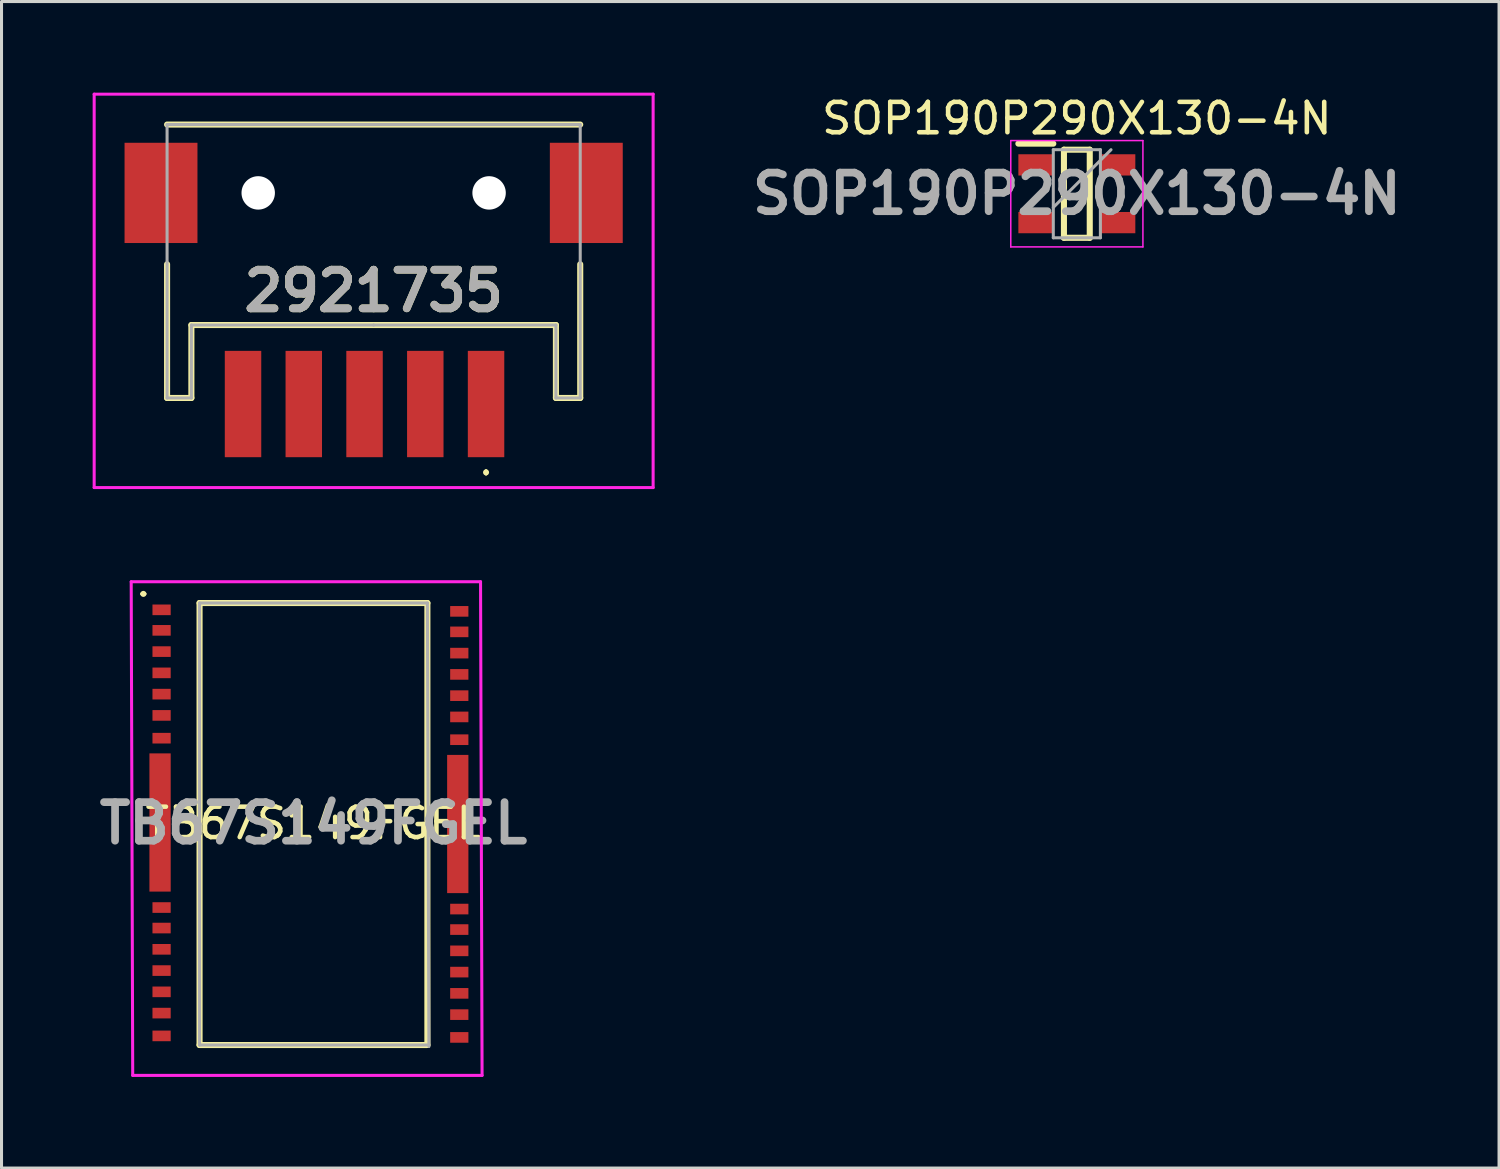
<source format=kicad_pcb>
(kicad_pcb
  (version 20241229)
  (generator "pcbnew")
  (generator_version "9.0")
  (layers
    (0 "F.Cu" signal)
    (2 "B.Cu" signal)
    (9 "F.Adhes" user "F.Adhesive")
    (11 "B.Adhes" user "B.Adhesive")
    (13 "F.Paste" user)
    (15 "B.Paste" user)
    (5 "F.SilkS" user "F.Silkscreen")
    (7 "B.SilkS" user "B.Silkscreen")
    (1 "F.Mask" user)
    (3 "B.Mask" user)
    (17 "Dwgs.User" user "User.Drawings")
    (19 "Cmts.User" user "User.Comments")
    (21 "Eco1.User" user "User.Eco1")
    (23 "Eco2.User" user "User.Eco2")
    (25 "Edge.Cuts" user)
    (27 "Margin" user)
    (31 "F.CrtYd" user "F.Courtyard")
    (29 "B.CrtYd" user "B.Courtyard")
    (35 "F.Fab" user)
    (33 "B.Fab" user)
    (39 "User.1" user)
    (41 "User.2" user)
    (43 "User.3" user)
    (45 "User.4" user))
  (footprint "2921735"
    (layer "F.Cu")
    (at 9.25 6.525)
    (property "Reference" "2921735" (at 0 0 0) (layer "F.SilkS") (effects (font (size 1.27 1.27) (thickness 0.254))))
    (attr through_hole)
    (fp_line (start -6.8 -5.475) (end 6.8 -5.475) (stroke (width 0.2) (type solid)) (layer "F.SilkS"))
    (fp_line (start -6.8 -0.875) (end -6.8 3.525) (stroke (width 0.2) (type solid)) (layer "F.SilkS"))
    (fp_line (start -6.8 3.525) (end -6 3.525) (stroke (width 0.2) (type solid)) (layer "F.SilkS"))
    (fp_line (start -6 1.125) (end 6 1.125) (stroke (width 0.2) (type solid)) (layer "F.SilkS"))
    (fp_line (start -6 3.525) (end -6 1.125) (stroke (width 0.2) (type solid)) (layer "F.SilkS"))
    (fp_line (start 3.7 5.925) (end 3.7 5.925) (stroke (width 0.1) (type solid)) (layer "F.SilkS"))
    (fp_line (start 3.7 6.025) (end 3.7 6.025) (stroke (width 0.1) (type solid)) (layer "F.SilkS"))
    (fp_line (start 6 1.125) (end 6 3.525) (stroke (width 0.2) (type solid)) (layer "F.SilkS"))
    (fp_line (start 6 3.525) (end 6.8 3.525) (stroke (width 0.2) (type solid)) (layer "F.SilkS"))
    (fp_line (start 6.8 3.525) (end 6.8 -0.875) (stroke (width 0.2) (type solid)) (layer "F.SilkS"))
    (fp_arc (start 3.7 5.925) (mid 3.75 5.975) (end 3.7 6.025) (stroke (width 0.1) (type solid)) (layer "F.SilkS"))
    (fp_arc (start 3.7 6.025) (mid 3.65 5.975) (end 3.7 5.925) (stroke (width 0.1) (type solid)) (layer "F.SilkS"))
    (fp_line (start -9.2 -6.475) (end 9.2 -6.475) (stroke (width 0.1) (type solid)) (layer "F.CrtYd"))
    (fp_line (start -9.2 6.475) (end -9.2 -6.475) (stroke (width 0.1) (type solid)) (layer "F.CrtYd"))
    (fp_line (start 9.2 -6.475) (end 9.2 6.475) (stroke (width 0.1) (type solid)) (layer "F.CrtYd"))
    (fp_line (start 9.2 6.475) (end -9.2 6.475) (stroke (width 0.1) (type solid)) (layer "F.CrtYd"))
    (fp_line (start -6.8 -5.475) (end -6.8 3.525) (stroke (width 0.1) (type solid)) (layer "F.Fab"))
    (fp_line (start -6.8 3.525) (end -6 3.525) (stroke (width 0.1) (type solid)) (layer "F.Fab"))
    (fp_line (start -6 1.125) (end 0 1.125) (stroke (width 0.1) (type solid)) (layer "F.Fab"))
    (fp_line (start -6 3.525) (end -6 1.125) (stroke (width 0.1) (type solid)) (layer "F.Fab"))
    (fp_line (start 0 1.125) (end 6 1.125) (stroke (width 0.1) (type solid)) (layer "F.Fab"))
    (fp_line (start 6 1.125) (end 6 3.525) (stroke (width 0.1) (type solid)) (layer "F.Fab"))
    (fp_line (start 6 3.525) (end 6.8 3.525) (stroke (width 0.1) (type solid)) (layer "F.Fab"))
    (fp_line (start 6.8 -5.475) (end -6.8 -5.475) (stroke (width 0.1) (type solid)) (layer "F.Fab"))
    (fp_line (start 6.8 3.525) (end 6.8 -5.475) (stroke (width 0.1) (type solid)) (layer "F.Fab"))
    (fp_text user "${REFERENCE}" (at 0 0 0) (layer "F.Fab") (effects (font (size 1.27 1.27) (thickness 0.254))))
    (pad "" np_thru_hole circle (at -3.8 -3.225) (size 1.1 1.1) (drill 1.1) (layers "*.Cu" "*.Mask"))
    (pad "" np_thru_hole circle (at 3.8 -3.225) (size 1.1 1.1) (drill 1.1) (layers "*.Cu" "*.Mask"))
    (pad "1" smd rect (at 3.7 3.725) (size 1.2 3.5) (layers "F.Cu" "F.Mask" "F.Paste"))
    (pad "2" smd rect (at 1.7 3.725) (size 1.2 3.5) (layers "F.Cu" "F.Mask" "F.Paste"))
    (pad "3" smd rect (at -0.3 3.725) (size 1.2 3.5) (layers "F.Cu" "F.Mask" "F.Paste"))
    (pad "4" smd rect (at -2.3 3.725) (size 1.2 3.5) (layers "F.Cu" "F.Mask" "F.Paste"))
    (pad "5" smd rect (at -4.3 3.725) (size 1.2 3.5) (layers "F.Cu" "F.Mask" "F.Paste"))
    (pad "6" smd rect (at 7 -3.225) (size 2.4 3.3) (layers "F.Cu" "F.Mask" "F.Paste"))
    (pad "7" smd rect (at -7 -3.225) (size 2.4 3.3) (layers "F.Cu" "F.Mask" "F.Paste")))
  (footprint "SOP190P290X130-4N"
    (layer "F.Cu")
    (at 32.398 3.328)
    (property "Reference" "SOP190P290X130-4N" (at 0 -2.48 0) (layer "F.SilkS") (effects (font (size 1 1) (thickness 0.15))))
    (attr smd)
    (fp_line (start -1.925 -1.65) (end -0.775 -1.65) (stroke (width 0.2) (type solid)) (layer "F.SilkS"))
    (fp_line (start -0.425 -1.45) (end 0.425 -1.45) (stroke (width 0.2) (type solid)) (layer "F.SilkS"))
    (fp_line (start -0.425 1.45) (end -0.425 -1.45) (stroke (width 0.2) (type solid)) (layer "F.SilkS"))
    (fp_line (start 0.425 -1.45) (end 0.425 1.45) (stroke (width 0.2) (type solid)) (layer "F.SilkS"))
    (fp_line (start 0.425 1.45) (end -0.425 1.45) (stroke (width 0.2) (type solid)) (layer "F.SilkS"))
    (fp_line (start -2.175 -1.75) (end 2.175 -1.75) (stroke (width 0.05) (type solid)) (layer "F.CrtYd"))
    (fp_line (start -2.175 1.75) (end -2.175 -1.75) (stroke (width 0.05) (type solid)) (layer "F.CrtYd"))
    (fp_line (start 2.175 -1.75) (end 2.175 1.75) (stroke (width 0.05) (type solid)) (layer "F.CrtYd"))
    (fp_line (start 2.175 1.75) (end -2.175 1.75) (stroke (width 0.05) (type solid)) (layer "F.CrtYd"))
    (fp_line (start -0.775 -1.45) (end 0.775 -1.45) (stroke (width 0.1) (type solid)) (layer "F.Fab"))
    (fp_line (start -0.775 0.45) (end 1.125 -1.45) (stroke (width 0.1) (type solid)) (layer "F.Fab"))
    (fp_line (start -0.775 1.45) (end -0.775 -1.45) (stroke (width 0.1) (type solid)) (layer "F.Fab"))
    (fp_line (start 0.775 -1.45) (end 0.775 1.45) (stroke (width 0.1) (type solid)) (layer "F.Fab"))
    (fp_line (start 0.775 1.45) (end -0.775 1.45) (stroke (width 0.1) (type solid)) (layer "F.Fab"))
    (fp_text user "${REFERENCE}" (at 0 0 0) (layer "F.Fab") (effects (font (size 1.27 1.27) (thickness 0.254))))
    (pad "1" smd rect (at -1.35 -0.95 90) (size 0.7 1.15) (layers "F.Cu" "F.Mask" "F.Paste"))
    (pad "2" smd rect (at -1.35 0.95 90) (size 0.7 1.15) (layers "F.Cu" "F.Mask" "F.Paste"))
    (pad "3" smd rect (at 1.35 0.95 90) (size 0.7 1.15) (layers "F.Cu" "F.Mask" "F.Paste"))
    (pad "4" smd rect (at 1.35 -0.95 90) (size 0.7 1.15) (layers "F.Cu" "F.Mask" "F.Paste")))
  (footprint "TB67S149FGEL"
    (layer "F.Cu")
    (at 7.269 24.05)
    (property "Reference" "TB67S149FGEL" (at 0 0 180) (layer "F.SilkS") (effects (font (size 1 1) (thickness 0.15))))
    (attr smd)
    (fp_line (start -5.65 -7.55) (end -5.65 -7.55) (stroke (width 0.1) (type solid)) (layer "F.SilkS"))
    (fp_line (start -5.55 -7.55) (end -5.55 -7.55) (stroke (width 0.1) (type solid)) (layer "F.SilkS"))
    (fp_line (start -3.75 -7.25) (end 3.75 -7.25) (stroke (width 0.2) (type solid)) (layer "F.SilkS"))
    (fp_line (start -3.75 7.3) (end -3.75 -7.25) (stroke (width 0.2) (type solid)) (layer "F.SilkS"))
    (fp_line (start 3.75 -7.25) (end 3.75 7.3) (stroke (width 0.2) (type solid)) (layer "F.SilkS"))
    (fp_line (start 3.75 7.3) (end -3.75 7.3) (stroke (width 0.2) (type solid)) (layer "F.SilkS"))
    (fp_arc (start -5.65 -7.55) (mid -5.6 -7.6) (end -5.55 -7.55) (stroke (width 0.1) (type solid)) (layer "F.SilkS"))
    (fp_arc (start -5.55 -7.55) (mid -5.6 -7.5) (end -5.65 -7.55) (stroke (width 0.1) (type solid)) (layer "F.SilkS"))
    (fp_line (start -6 -7.95) (end 5.5 -7.95) (stroke (width 0.1) (type solid)) (layer "F.CrtYd"))
    (fp_line (start -5.95 8.3) (end -6 -7.95) (stroke (width 0.1) (type solid)) (layer "F.CrtYd"))
    (fp_line (start 5.5 -7.95) (end 5.55 8.3) (stroke (width 0.1) (type solid)) (layer "F.CrtYd"))
    (fp_line (start 5.55 8.3) (end -5.95 8.3) (stroke (width 0.1) (type solid)) (layer "F.CrtYd"))
    (fp_line (start -3.75 -7.25) (end 3.75 -7.25) (stroke (width 0.1) (type solid)) (layer "F.Fab"))
    (fp_line (start -3.75 7.3) (end -3.75 -7.25) (stroke (width 0.1) (type solid)) (layer "F.Fab"))
    (fp_line (start 3.75 -7.25) (end 3.8 7.35) (stroke (width 0.1) (type solid)) (layer "F.Fab"))
    (fp_line (start 3.75 7.3) (end -3.75 7.3) (stroke (width 0.1) (type solid)) (layer "F.Fab"))
    (fp_text user "${REFERENCE}" (at 0 0 0) (layer "F.Fab") (effects (font (size 1.27 1.27) (thickness 0.254))))
    (pad "1" smd rect (at -5 -7.025 90) (size 0.35 0.6) (layers "F.Cu" "F.Mask" "F.Paste"))
    (pad "1" smd rect (at -5 -6.35 90) (size 0.35 0.6) (layers "F.Cu" "F.Mask" "F.Paste"))
    (pad "1" smd rect (at -5 -5.65 90) (size 0.35 0.6) (layers "F.Cu" "F.Mask" "F.Paste"))
    (pad "1" smd rect (at -5 -4.95 90) (size 0.35 0.6) (layers "F.Cu" "F.Mask" "F.Paste"))
    (pad "1" smd rect (at -5 -4.25 90) (size 0.35 0.6) (layers "F.Cu" "F.Mask" "F.Paste"))
    (pad "1" smd rect (at -5 -3.55 90) (size 0.35 0.6) (layers "F.Cu" "F.Mask" "F.Paste"))
    (pad "1" smd rect (at -5 -2.8 90) (size 0.35 0.6) (layers "F.Cu" "F.Mask" "F.Paste"))
    (pad "1" smd rect (at -5 2.775 90) (size 0.35 0.6) (layers "F.Cu" "F.Mask" "F.Paste"))
    (pad "1" smd rect (at -5 3.45 90) (size 0.35 0.6) (layers "F.Cu" "F.Mask" "F.Paste"))
    (pad "1" smd rect (at -5 4.15 90) (size 0.35 0.6) (layers "F.Cu" "F.Mask" "F.Paste"))
    (pad "1" smd rect (at -5 4.85 90) (size 0.35 0.6) (layers "F.Cu" "F.Mask" "F.Paste"))
    (pad "1" smd rect (at -5 5.55 90) (size 0.35 0.6) (layers "F.Cu" "F.Mask" "F.Paste"))
    (pad "1" smd rect (at -5 6.25 90) (size 0.35 0.6) (layers "F.Cu" "F.Mask" "F.Paste"))
    (pad "1" smd rect (at -5 7 90) (size 0.35 0.6) (layers "F.Cu" "F.Mask" "F.Paste"))
    (pad "1" smd rect (at 4.8 -6.975 90) (size 0.35 0.6) (layers "F.Cu" "F.Mask" "F.Paste"))
    (pad "1" smd rect (at 4.8 -6.3 90) (size 0.35 0.6) (layers "F.Cu" "F.Mask" "F.Paste"))
    (pad "1" smd rect (at 4.8 -5.6 90) (size 0.35 0.6) (layers "F.Cu" "F.Mask" "F.Paste"))
    (pad "1" smd rect (at 4.8 -4.9 90) (size 0.35 0.6) (layers "F.Cu" "F.Mask" "F.Paste"))
    (pad "1" smd rect (at 4.8 -4.2 90) (size 0.35 0.6) (layers "F.Cu" "F.Mask" "F.Paste"))
    (pad "1" smd rect (at 4.8 -3.5 90) (size 0.35 0.6) (layers "F.Cu" "F.Mask" "F.Paste"))
    (pad "1" smd rect (at 4.8 -2.75 90) (size 0.35 0.6) (layers "F.Cu" "F.Mask" "F.Paste"))
    (pad "1" smd rect (at 4.8 2.825 90) (size 0.35 0.6) (layers "F.Cu" "F.Mask" "F.Paste"))
    (pad "1" smd rect (at 4.8 3.5 90) (size 0.35 0.6) (layers "F.Cu" "F.Mask" "F.Paste"))
    (pad "1" smd rect (at 4.8 4.2 90) (size 0.35 0.6) (layers "F.Cu" "F.Mask" "F.Paste"))
    (pad "1" smd rect (at 4.8 4.9 90) (size 0.35 0.6) (layers "F.Cu" "F.Mask" "F.Paste"))
    (pad "1" smd rect (at 4.8 5.6 90) (size 0.35 0.6) (layers "F.Cu" "F.Mask" "F.Paste"))
    (pad "1" smd rect (at 4.8 6.3 90) (size 0.35 0.6) (layers "F.Cu" "F.Mask" "F.Paste"))
    (pad "1" smd rect (at 4.8 7.05 90) (size 0.35 0.6) (layers "F.Cu" "F.Mask" "F.Paste"))
    (pad "FIN1" smd rect (at -5.05 -0.025) (size 0.7 4.55) (layers "F.Cu" "F.Mask" "F.Paste"))
    (pad "FIN1" smd rect (at 4.75 0.025) (size 0.7 4.55) (layers "F.Cu" "F.Mask" "F.Paste")))
  (gr_rect
    (start -3 -3)
    (end 46.296 35.4)
    (stroke (width 0.1) (type default))
    (fill no)
    (layer "Edge.Cuts")))
</source>
